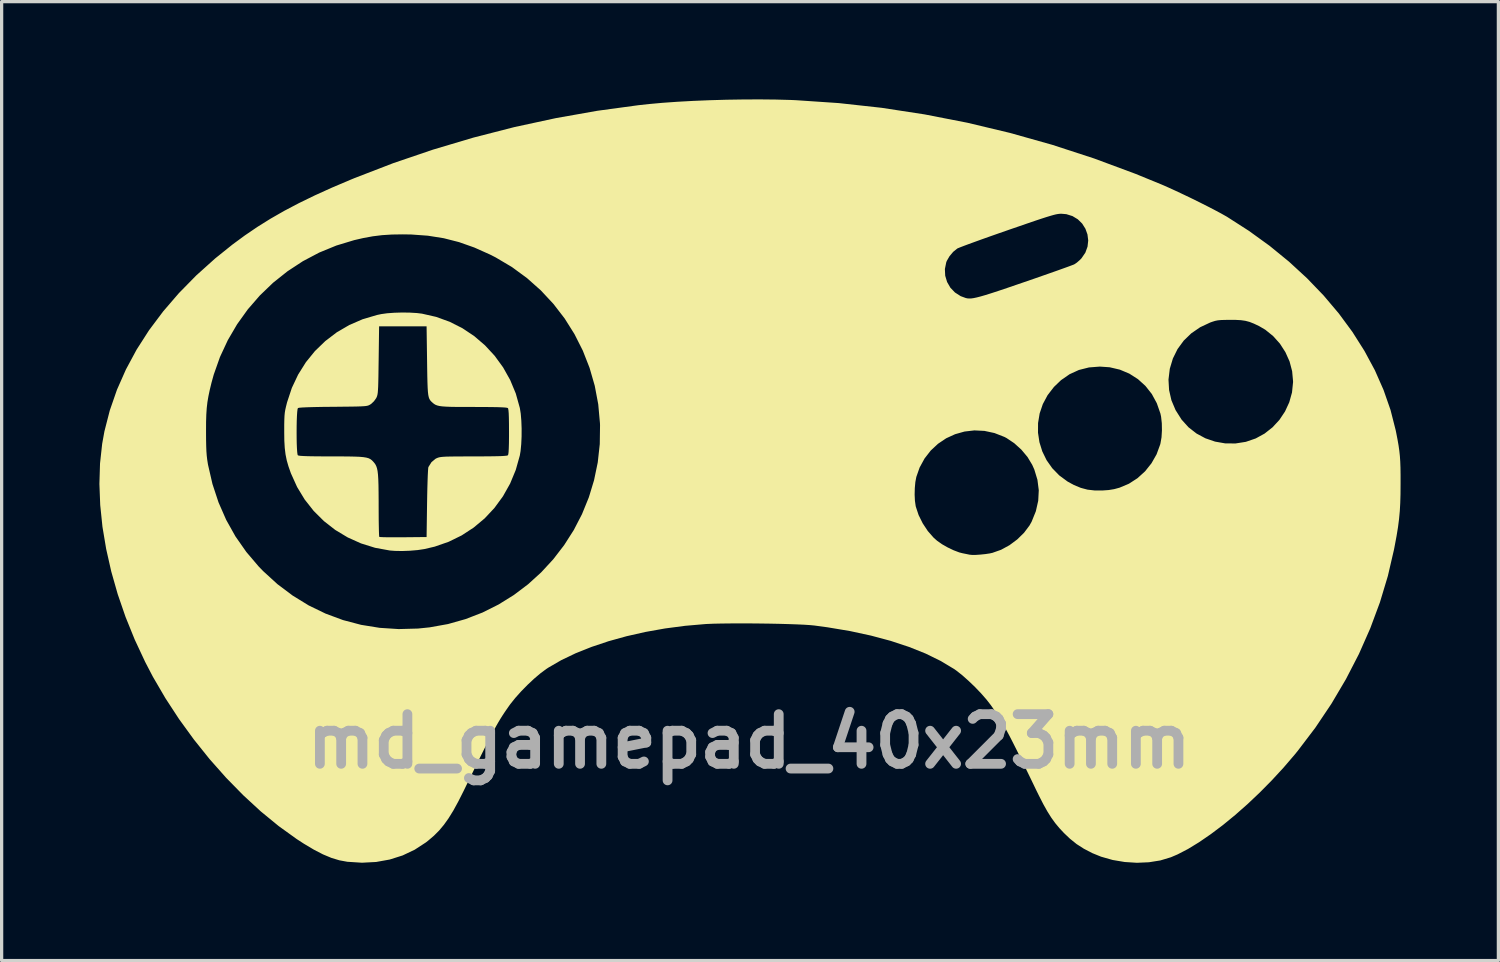
<source format=kicad_pcb>
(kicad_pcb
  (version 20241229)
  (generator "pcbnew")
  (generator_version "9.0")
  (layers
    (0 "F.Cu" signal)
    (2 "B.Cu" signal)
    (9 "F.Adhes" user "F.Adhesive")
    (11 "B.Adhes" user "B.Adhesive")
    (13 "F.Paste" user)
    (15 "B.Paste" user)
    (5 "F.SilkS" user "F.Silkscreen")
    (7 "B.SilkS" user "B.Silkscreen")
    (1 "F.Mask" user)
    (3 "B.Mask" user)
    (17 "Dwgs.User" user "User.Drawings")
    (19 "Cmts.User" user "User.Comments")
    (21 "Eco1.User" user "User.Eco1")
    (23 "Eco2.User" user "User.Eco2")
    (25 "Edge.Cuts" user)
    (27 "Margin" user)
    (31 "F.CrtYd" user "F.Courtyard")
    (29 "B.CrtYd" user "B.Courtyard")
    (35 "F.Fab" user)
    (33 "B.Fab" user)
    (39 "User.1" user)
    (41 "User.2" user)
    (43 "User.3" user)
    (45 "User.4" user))
  (footprint "md_gamepad_40x23mm"
    (layer "F.Cu")
    (at 19.968 11.697)
    (property "Reference" "md_gamepad_40x23mm" (at -0.031 8 0) (layer "F.Fab") (effects (font (size 1.524 1.524) (thickness 0.3))))
    (attr board_only exclude_from_pos_files exclude_from_bom)
    (fp_poly (pts (xy -10.446 -5.155) (xy -10.227 -5.142) (xy -10.071 -5.123) (xy -9.636 -5.024) (xy -9.221 -4.874) (xy -8.831 -4.677) (xy -8.468 -4.435) (xy -8.137 -4.151) (xy -7.84 -3.83) (xy -7.581 -3.474) (xy -7.364 -3.087) (xy -7.192 -2.673) (xy -7.069 -2.233) (xy -7.068 -2.231) (xy -7.04 -2.055) (xy -7.022 -1.839) (xy -7.013 -1.599) (xy -7.014 -1.353) (xy -7.025 -1.118) (xy -7.045 -0.908) (xy -7.068 -0.772) (xy -7.193 -0.327) (xy -7.366 0.091) (xy -7.585 0.48) (xy -7.846 0.837) (xy -8.146 1.158) (xy -8.483 1.44) (xy -8.852 1.681) (xy -9.252 1.877) (xy -9.678 2.025) (xy -9.996 2.1) (xy -10.204 2.131) (xy -10.439 2.151) (xy -10.679 2.16) (xy -10.902 2.156) (xy -11.057 2.144) (xy -11.51 2.061) (xy -11.942 1.926) (xy -12.349 1.743) (xy -12.73 1.514) (xy -13.079 1.242) (xy -13.393 0.93) (xy -13.669 0.58) (xy -13.902 0.196) (xy -14.09 -0.22) (xy -14.096 -0.235) (xy -14.167 -0.437) (xy -14.22 -0.622) (xy -14.257 -0.806) (xy -14.281 -1.003) (xy -14.294 -1.227) (xy -14.297 -1.481) (xy -13.917 -1.481) (xy -13.916 -1.305) (xy -13.913 -1.138) (xy -13.907 -0.993) (xy -13.899 -0.878) (xy -13.889 -0.802) (xy -13.88 -0.778) (xy -13.854 -0.768) (xy -13.794 -0.76) (xy -13.696 -0.754) (xy -13.557 -0.749) (xy -13.372 -0.746) (xy -13.139 -0.744) (xy -12.852 -0.743) (xy -12.844 -0.743) (xy -12.558 -0.743) (xy -12.323 -0.741) (xy -12.133 -0.737) (xy -11.982 -0.731) (xy -11.864 -0.72) (xy -11.774 -0.705) (xy -11.704 -0.685) (xy -11.65 -0.657) (xy -11.606 -0.623) (xy -11.564 -0.58) (xy -11.537 -0.548) (xy -11.502 -0.501) (xy -11.474 -0.447) (xy -11.451 -0.38) (xy -11.433 -0.294) (xy -11.42 -0.183) (xy -11.411 -0.041) (xy -11.405 0.138) (xy -11.402 0.359) (xy -11.4 0.629) (xy -11.4 0.769) (xy -11.399 0.995) (xy -11.398 1.203) (xy -11.395 1.385) (xy -11.392 1.535) (xy -11.388 1.647) (xy -11.384 1.712) (xy -11.38 1.726) (xy -11.348 1.731) (xy -11.266 1.735) (xy -11.142 1.738) (xy -10.986 1.739) (xy -10.803 1.739) (xy -10.645 1.738) (xy -9.929 1.731) (xy -9.914 0.686) (xy -9.91 0.446) (xy -9.905 0.221) (xy -9.899 0.02) (xy -9.893 -0.151) (xy -9.886 -0.285) (xy -9.88 -0.375) (xy -9.874 -0.415) (xy -9.779 -0.566) (xy -9.655 -0.67) (xy -9.617 -0.689) (xy -9.582 -0.703) (xy -9.541 -0.715) (xy -9.489 -0.724) (xy -9.419 -0.731) (xy -9.325 -0.736) (xy -9.201 -0.739) (xy -9.04 -0.741) (xy -8.836 -0.742) (xy -8.584 -0.743) (xy -8.484 -0.743) (xy -8.194 -0.744) (xy -7.957 -0.746) (xy -7.769 -0.749) (xy -7.627 -0.753) (xy -7.527 -0.76) (xy -7.464 -0.767) (xy -7.435 -0.777) (xy -7.434 -0.778) (xy -7.422 -0.809) (xy -7.413 -0.878) (xy -7.407 -0.989) (xy -7.402 -1.147) (xy -7.4 -1.355) (xy -7.4 -1.502) (xy -7.401 -1.741) (xy -7.404 -1.928) (xy -7.409 -2.066) (xy -7.417 -2.159) (xy -7.427 -2.212) (xy -7.434 -2.225) (xy -7.46 -2.235) (xy -7.52 -2.243) (xy -7.617 -2.249) (xy -7.755 -2.254) (xy -7.939 -2.257) (xy -8.171 -2.259) (xy -8.457 -2.26) (xy -8.478 -2.26) (xy -8.762 -2.26) (xy -8.996 -2.261) (xy -9.184 -2.264) (xy -9.333 -2.27) (xy -9.449 -2.278) (xy -9.537 -2.29) (xy -9.605 -2.307) (xy -9.658 -2.328) (xy -9.702 -2.355) (xy -9.742 -2.388) (xy -9.752 -2.397) (xy -9.789 -2.431) (xy -9.819 -2.466) (xy -9.843 -2.507) (xy -9.862 -2.559) (xy -9.877 -2.629) (xy -9.888 -2.723) (xy -9.896 -2.846) (xy -9.902 -3.004) (xy -9.907 -3.203) (xy -9.911 -3.449) (xy -9.914 -3.676) (xy -9.929 -4.734) (xy -11.386 -4.734) (xy -11.4 -3.69) (xy -11.404 -3.417) (xy -11.407 -3.196) (xy -11.411 -3.02) (xy -11.415 -2.882) (xy -11.421 -2.777) (xy -11.427 -2.699) (xy -11.436 -2.641) (xy -11.447 -2.598) (xy -11.46 -2.563) (xy -11.476 -2.53) (xy -11.478 -2.527) (xy -11.543 -2.436) (xy -11.626 -2.357) (xy -11.649 -2.341) (xy -11.678 -2.324) (xy -11.708 -2.309) (xy -11.744 -2.298) (xy -11.792 -2.289) (xy -11.859 -2.283) (xy -11.951 -2.278) (xy -12.072 -2.274) (xy -12.231 -2.271) (xy -12.432 -2.269) (xy -12.682 -2.266) (xy -12.799 -2.265) (xy -13.117 -2.262) (xy -13.38 -2.257) (xy -13.589 -2.251) (xy -13.741 -2.244) (xy -13.838 -2.236) (xy -13.877 -2.226) (xy -13.889 -2.188) (xy -13.899 -2.103) (xy -13.907 -1.98) (xy -13.913 -1.829) (xy -13.916 -1.659) (xy -13.917 -1.481) (xy -14.297 -1.481) (xy -14.297 -1.492) (xy -14.297 -1.516) (xy -14.297 -1.712) (xy -14.294 -1.863) (xy -14.289 -1.982) (xy -14.28 -2.081) (xy -14.265 -2.173) (xy -14.243 -2.27) (xy -14.214 -2.386) (xy -14.207 -2.411) (xy -14.063 -2.846) (xy -13.87 -3.254) (xy -13.633 -3.632) (xy -13.354 -3.976) (xy -13.036 -4.283) (xy -12.684 -4.551) (xy -12.3 -4.775) (xy -11.888 -4.953) (xy -11.451 -5.082) (xy -11.319 -5.11) (xy -11.139 -5.135) (xy -10.92 -5.151) (xy -10.683 -5.158)) (stroke (width 0) (type solid)) (fill yes) (layer "F.SilkS"))
    (fp_poly (pts (xy 0.787 -11.692) (xy 1.238 -11.68) (xy 1.4 -11.673) (xy 2.717 -11.584) (xy 4.035 -11.439) (xy 5.351 -11.237) (xy 6.664 -10.981) (xy 7.97 -10.669) (xy 9.267 -10.304) (xy 10.552 -9.885) (xy 11.823 -9.413) (xy 12.629 -9.083) (xy 12.827 -8.996) (xy 13.053 -8.893) (xy 13.297 -8.778) (xy 13.55 -8.657) (xy 13.801 -8.533) (xy 14.041 -8.412) (xy 14.261 -8.298) (xy 14.45 -8.197) (xy 14.599 -8.113) (xy 14.629 -8.096) (xy 15.302 -7.664) (xy 15.938 -7.204) (xy 16.533 -6.718) (xy 17.086 -6.209) (xy 17.596 -5.679) (xy 18.061 -5.129) (xy 18.478 -4.563) (xy 18.847 -3.981) (xy 19.167 -3.387) (xy 19.434 -2.781) (xy 19.648 -2.168) (xy 19.806 -1.547) (xy 19.824 -1.459) (xy 19.864 -1.252) (xy 19.895 -1.074) (xy 19.918 -0.911) (xy 19.935 -0.752) (xy 19.946 -0.584) (xy 19.953 -0.397) (xy 19.956 -0.176) (xy 19.956 0.089) (xy 19.956 0.1) (xy 19.954 0.413) (xy 19.946 0.687) (xy 19.932 0.938) (xy 19.909 1.181) (xy 19.877 1.429) (xy 19.833 1.698) (xy 19.776 2.003) (xy 19.754 2.117) (xy 19.566 2.926) (xy 19.323 3.733) (xy 19.026 4.532) (xy 18.678 5.32) (xy 18.279 6.093) (xy 17.833 6.848) (xy 17.341 7.581) (xy 16.804 8.288) (xy 16.708 8.406) (xy 16.367 8.804) (xy 16.009 9.192) (xy 15.639 9.567) (xy 15.262 9.924) (xy 14.882 10.259) (xy 14.504 10.569) (xy 14.133 10.848) (xy 13.775 11.094) (xy 13.433 11.303) (xy 13.113 11.469) (xy 12.907 11.557) (xy 12.585 11.654) (xy 12.234 11.71) (xy 11.866 11.726) (xy 11.492 11.702) (xy 11.122 11.64) (xy 10.767 11.539) (xy 10.496 11.429) (xy 10.239 11.295) (xy 10.016 11.152) (xy 9.809 10.985) (xy 9.629 10.814) (xy 9.488 10.663) (xy 9.359 10.508) (xy 9.238 10.34) (xy 9.118 10.149) (xy 8.993 9.926) (xy 8.859 9.663) (xy 8.782 9.508) (xy 8.598 9.126) (xy 8.435 8.791) (xy 8.292 8.499) (xy 8.166 8.245) (xy 8.055 8.025) (xy 7.957 7.834) (xy 7.868 7.668) (xy 7.788 7.521) (xy 7.712 7.39) (xy 7.639 7.271) (xy 7.567 7.157) (xy 7.493 7.046) (xy 7.414 6.932) (xy 7.383 6.888) (xy 7.25 6.717) (xy 7.084 6.527) (xy 6.898 6.333) (xy 6.702 6.145) (xy 6.51 5.974) (xy 6.333 5.834) (xy 6.258 5.781) (xy 5.847 5.534) (xy 5.384 5.307) (xy 4.871 5.102) (xy 4.311 4.917) (xy 3.706 4.755) (xy 3.059 4.615) (xy 2.37 4.5) (xy 1.971 4.446) (xy 1.837 4.433) (xy 1.653 4.421) (xy 1.429 4.411) (xy 1.171 4.402) (xy 0.888 4.394) (xy 0.588 4.388) (xy 0.279 4.384) (xy -0.031 4.381) (xy -0.333 4.38) (xy -0.621 4.382) (xy -0.886 4.385) (xy -1.12 4.39) (xy -1.315 4.398) (xy -1.371 4.401) (xy -1.996 4.455) (xy -2.611 4.536) (xy -3.212 4.643) (xy -3.792 4.774) (xy -4.347 4.928) (xy -4.869 5.103) (xy -5.355 5.297) (xy -5.797 5.509) (xy -6.191 5.737) (xy -6.258 5.781) (xy -6.433 5.911) (xy -6.628 6.076) (xy -6.83 6.265) (xy -7.027 6.466) (xy -7.207 6.667) (xy -7.359 6.857) (xy -7.401 6.915) (xy -7.475 7.021) (xy -7.542 7.119) (xy -7.605 7.215) (xy -7.666 7.312) (xy -7.728 7.416) (xy -7.793 7.529) (xy -7.863 7.657) (xy -7.941 7.803) (xy -8.028 7.973) (xy -8.128 8.17) (xy -8.242 8.399) (xy -8.373 8.664) (xy -8.523 8.97) (xy -8.695 9.321) (xy -8.794 9.525) (xy -8.957 9.847) (xy -9.108 10.123) (xy -9.253 10.358) (xy -9.397 10.56) (xy -9.546 10.738) (xy -9.705 10.897) (xy -9.88 11.046) (xy -9.95 11.101) (xy -10.294 11.325) (xy -10.665 11.501) (xy -11.06 11.626) (xy -11.476 11.701) (xy -11.911 11.724) (xy -12.361 11.695) (xy -12.371 11.693) (xy -12.605 11.65) (xy -12.849 11.576) (xy -13.108 11.468) (xy -13.388 11.323) (xy -13.695 11.14) (xy -13.914 10.998) (xy -14.468 10.599) (xy -15.017 10.149) (xy -15.556 9.652) (xy -16.082 9.115) (xy -16.588 8.544) (xy -17.07 7.942) (xy -17.524 7.317) (xy -17.944 6.674) (xy -18.327 6.018) (xy -18.564 5.563) (xy -18.885 4.876) (xy -19.166 4.182) (xy -19.406 3.485) (xy -19.604 2.789) (xy -19.76 2.099) (xy -19.874 1.418) (xy -19.943 0.75) (xy -19.968 0.101) (xy -19.949 -0.527) (xy -19.883 -1.13) (xy -19.814 -1.512) (xy -19.809 -1.532) (xy -16.696 -1.532) (xy -16.696 -1.487) (xy -16.695 -1.251) (xy -16.691 -1.059) (xy -16.685 -0.903) (xy -16.675 -0.769) (xy -16.661 -0.648) (xy -16.642 -0.526) (xy -16.635 -0.486) (xy -16.499 0.104) (xy -16.313 0.668) (xy -16.078 1.204) (xy -15.794 1.711) (xy -15.46 2.189) (xy -15.079 2.637) (xy -14.944 2.776) (xy -14.505 3.177) (xy -14.037 3.528) (xy -13.545 3.83) (xy -13.029 4.08) (xy -12.493 4.279) (xy -11.939 4.425) (xy -11.369 4.517) (xy -10.787 4.555) (xy -10.193 4.539) (xy -9.834 4.502) (xy -9.272 4.401) (xy -8.731 4.248) (xy -8.212 4.047) (xy -7.719 3.8) (xy -7.252 3.51) (xy -6.816 3.181) (xy -6.411 2.813) (xy -6.041 2.412) (xy -5.708 1.979) (xy -5.413 1.517) (xy -5.161 1.03) (xy -4.953 0.519) (xy -4.925 0.43) (xy 5.046 0.43) (xy 5.055 0.62) (xy 5.078 0.779) (xy 5.083 0.801) (xy 5.168 1.057) (xy 5.294 1.311) (xy 5.45 1.547) (xy 5.627 1.749) (xy 5.735 1.845) (xy 5.884 1.95) (xy 6.06 2.05) (xy 6.242 2.137) (xy 6.413 2.202) (xy 6.514 2.228) (xy 6.613 2.248) (xy 6.696 2.265) (xy 6.729 2.272) (xy 6.809 2.28) (xy 6.928 2.279) (xy 7.07 2.269) (xy 7.216 2.254) (xy 7.35 2.234) (xy 7.432 2.216) (xy 7.698 2.122) (xy 7.955 1.982) (xy 8.193 1.805) (xy 8.402 1.601) (xy 8.571 1.376) (xy 8.636 1.259) (xy 8.765 0.94) (xy 8.838 0.618) (xy 8.855 0.296) (xy 8.814 -0.025) (xy 8.718 -0.341) (xy 8.653 -0.486) (xy 8.509 -0.725) (xy 8.32 -0.951) (xy 8.101 -1.149) (xy 7.865 -1.307) (xy 7.8 -1.341) (xy 7.495 -1.46) (xy 7.444 -1.471) (xy 8.831 -1.471) (xy 8.875 -1.179) (xy 8.963 -0.896) (xy 9.094 -0.628) (xy 9.268 -0.381) (xy 9.483 -0.16) (xy 9.738 0.028) (xy 9.931 0.134) (xy 10.144 0.222) (xy 10.35 0.277) (xy 10.571 0.302) (xy 10.8 0.303) (xy 11 0.289) (xy 11.17 0.261) (xy 11.335 0.216) (xy 11.621 0.095) (xy 11.883 -0.074) (xy 12.116 -0.285) (xy 12.313 -0.532) (xy 12.47 -0.808) (xy 12.58 -1.108) (xy 12.589 -1.144) (xy 12.621 -1.327) (xy 12.634 -1.541) (xy 12.63 -1.76) (xy 12.608 -1.962) (xy 12.587 -2.059) (xy 12.477 -2.374) (xy 12.323 -2.658) (xy 12.127 -2.906) (xy 11.913 -3.1) (xy 12.835 -3.1) (xy 12.853 -2.779) (xy 12.925 -2.465) (xy 13.052 -2.164) (xy 13.233 -1.878) (xy 13.24 -1.868) (xy 13.45 -1.636) (xy 13.695 -1.445) (xy 13.969 -1.298) (xy 14.264 -1.197) (xy 14.573 -1.143) (xy 14.89 -1.14) (xy 15.209 -1.19) (xy 15.214 -1.192) (xy 15.511 -1.294) (xy 15.783 -1.443) (xy 16.027 -1.635) (xy 16.238 -1.863) (xy 16.41 -2.121) (xy 16.541 -2.404) (xy 16.625 -2.706) (xy 16.657 -3.02) (xy 16.657 -3.05) (xy 16.629 -3.357) (xy 16.55 -3.657) (xy 16.422 -3.942) (xy 16.253 -4.204) (xy 16.045 -4.436) (xy 15.805 -4.63) (xy 15.614 -4.742) (xy 15.458 -4.816) (xy 15.324 -4.869) (xy 15.196 -4.903) (xy 15.058 -4.923) (xy 14.893 -4.932) (xy 14.729 -4.933) (xy 14.564 -4.931) (xy 14.442 -4.927) (xy 14.348 -4.918) (xy 14.268 -4.902) (xy 14.188 -4.877) (xy 14.114 -4.851) (xy 13.806 -4.706) (xy 13.534 -4.519) (xy 13.302 -4.295) (xy 13.113 -4.037) (xy 12.97 -3.748) (xy 12.875 -3.432) (xy 12.874 -3.425) (xy 12.835 -3.1) (xy 11.913 -3.1) (xy 11.896 -3.115) (xy 11.633 -3.283) (xy 11.343 -3.405) (xy 11.031 -3.478) (xy 10.729 -3.499) (xy 10.395 -3.473) (xy 10.086 -3.395) (xy 9.801 -3.265) (xy 9.538 -3.083) (xy 9.321 -2.875) (xy 9.125 -2.621) (xy 8.979 -2.348) (xy 8.882 -2.062) (xy 8.833 -1.767) (xy 8.831 -1.471) (xy 7.444 -1.471) (xy 7.187 -1.526) (xy 6.879 -1.541) (xy 6.577 -1.506) (xy 6.287 -1.424) (xy 6.014 -1.299) (xy 5.764 -1.131) (xy 5.541 -0.924) (xy 5.351 -0.68) (xy 5.199 -0.402) (xy 5.098 -0.114) (xy 5.068 0.042) (xy 5.051 0.23) (xy 5.046 0.43) (xy -4.925 0.43) (xy -4.791 -0.011) (xy -4.677 -0.559) (xy -4.615 -1.121) (xy -4.607 -1.695) (xy -4.609 -1.759) (xy -4.662 -2.342) (xy -4.769 -2.91) (xy -4.928 -3.46) (xy -5.136 -3.99) (xy -5.391 -4.495) (xy -5.692 -4.974) (xy -6.037 -5.422) (xy -6.423 -5.836) (xy -6.848 -6.214) (xy -7.227 -6.492) (xy 5.974 -6.492) (xy 5.984 -6.287) (xy 6.042 -6.094) (xy 6.143 -5.919) (xy 6.284 -5.772) (xy 6.459 -5.66) (xy 6.614 -5.603) (xy 6.664 -5.592) (xy 6.719 -5.588) (xy 6.783 -5.59) (xy 6.861 -5.601) (xy 6.958 -5.622) (xy 7.078 -5.653) (xy 7.226 -5.696) (xy 7.407 -5.753) (xy 7.624 -5.824) (xy 7.883 -5.911) (xy 8.189 -6.016) (xy 8.414 -6.093) (xy 8.69 -6.188) (xy 8.953 -6.28) (xy 9.196 -6.365) (xy 9.415 -6.442) (xy 9.604 -6.51) (xy 9.757 -6.565) (xy 9.869 -6.607) (xy 9.935 -6.632) (xy 9.946 -6.638) (xy 10.024 -6.69) (xy 10.112 -6.767) (xy 10.166 -6.822) (xy 10.284 -6.995) (xy 10.351 -7.179) (xy 10.372 -7.368) (xy 10.349 -7.554) (xy 10.286 -7.729) (xy 10.186 -7.887) (xy 10.053 -8.018) (xy 9.889 -8.117) (xy 9.699 -8.176) (xy 9.543 -8.189) (xy 9.497 -8.187) (xy 9.445 -8.181) (xy 9.383 -8.17) (xy 9.306 -8.151) (xy 9.209 -8.123) (xy 9.087 -8.086) (xy 8.935 -8.037) (xy 8.749 -7.975) (xy 8.524 -7.898) (xy 8.255 -7.805) (xy 7.937 -7.696) (xy 7.904 -7.684) (xy 7.625 -7.587) (xy 7.361 -7.494) (xy 7.116 -7.407) (xy 6.895 -7.327) (xy 6.705 -7.258) (xy 6.55 -7.2) (xy 6.436 -7.156) (xy 6.368 -7.128) (xy 6.354 -7.121) (xy 6.228 -7.019) (xy 6.115 -6.884) (xy 6.032 -6.74) (xy 6.016 -6.699) (xy 5.974 -6.492) (xy -7.227 -6.492) (xy -7.31 -6.553) (xy -7.808 -6.848) (xy -7.983 -6.937) (xy -8.463 -7.152) (xy -8.933 -7.318) (xy -9.404 -7.438) (xy -9.889 -7.515) (xy -10.4 -7.552) (xy -10.657 -7.556) (xy -10.992 -7.551) (xy -11.292 -7.532) (xy -11.577 -7.497) (xy -11.867 -7.444) (xy -12.15 -7.379) (xy -12.698 -7.213) (xy -13.224 -6.997) (xy -13.724 -6.733) (xy -14.197 -6.423) (xy -14.638 -6.072) (xy -15.044 -5.682) (xy -15.414 -5.256) (xy -15.743 -4.797) (xy -16.029 -4.308) (xy -16.269 -3.792) (xy -16.46 -3.252) (xy -16.528 -3.006) (xy -16.582 -2.784) (xy -16.623 -2.589) (xy -16.654 -2.406) (xy -16.675 -2.223) (xy -16.688 -2.025) (xy -16.695 -1.799) (xy -16.696 -1.532) (xy -19.809 -1.532) (xy -19.649 -2.155) (xy -19.429 -2.789) (xy -19.154 -3.411) (xy -18.826 -4.02) (xy -18.445 -4.614) (xy -18.012 -5.192) (xy -17.529 -5.753) (xy -16.996 -6.296) (xy -16.415 -6.818) (xy -15.886 -7.243) (xy -15.507 -7.522) (xy -15.12 -7.785) (xy -14.718 -8.036) (xy -14.296 -8.278) (xy -13.845 -8.515) (xy -13.36 -8.751) (xy -12.833 -8.99) (xy -12.258 -9.234) (xy -12.137 -9.284) (xy -10.952 -9.741) (xy -9.735 -10.155) (xy -8.493 -10.525) (xy -7.234 -10.848) (xy -5.965 -11.122) (xy -4.695 -11.347) (xy -3.43 -11.519) (xy -3.1 -11.555) (xy -2.693 -11.592) (xy -2.241 -11.624) (xy -1.755 -11.651) (xy -1.246 -11.672) (xy -0.726 -11.687) (xy -0.206 -11.695) (xy 0.302 -11.697)) (stroke (width 0) (type solid)) (fill yes) (layer "F.SilkS")))
  (gr_rect
    (start -3 -3)
    (end 42.925 26.423)
    (stroke (width 0.1) (type default))
    (fill no)
    (layer "Edge.Cuts")))
</source>
